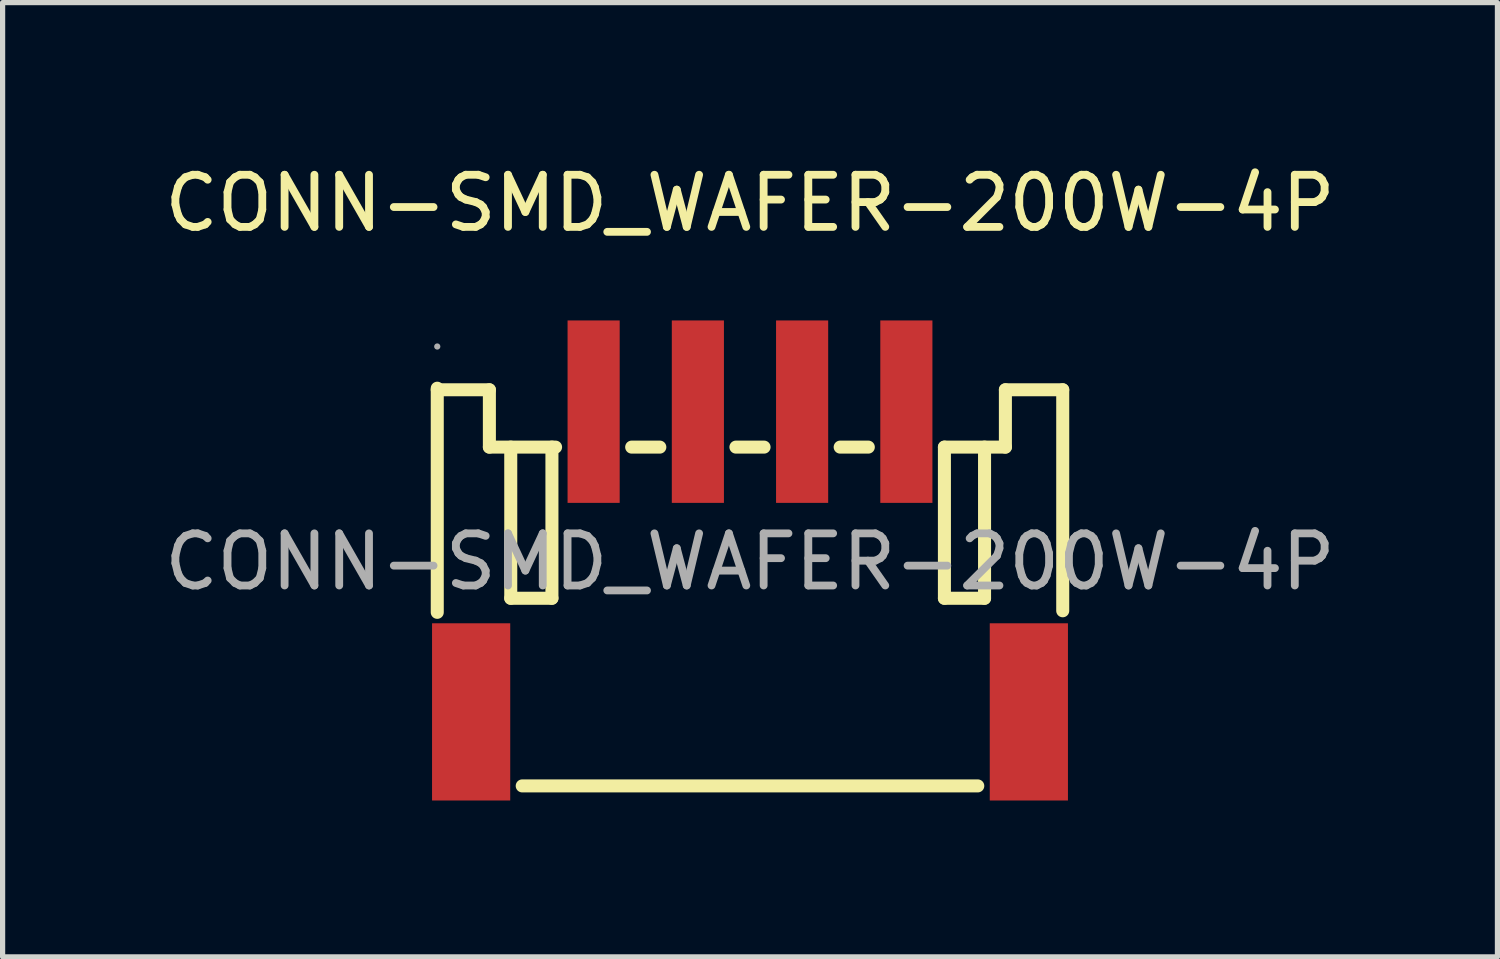
<source format=kicad_pcb>
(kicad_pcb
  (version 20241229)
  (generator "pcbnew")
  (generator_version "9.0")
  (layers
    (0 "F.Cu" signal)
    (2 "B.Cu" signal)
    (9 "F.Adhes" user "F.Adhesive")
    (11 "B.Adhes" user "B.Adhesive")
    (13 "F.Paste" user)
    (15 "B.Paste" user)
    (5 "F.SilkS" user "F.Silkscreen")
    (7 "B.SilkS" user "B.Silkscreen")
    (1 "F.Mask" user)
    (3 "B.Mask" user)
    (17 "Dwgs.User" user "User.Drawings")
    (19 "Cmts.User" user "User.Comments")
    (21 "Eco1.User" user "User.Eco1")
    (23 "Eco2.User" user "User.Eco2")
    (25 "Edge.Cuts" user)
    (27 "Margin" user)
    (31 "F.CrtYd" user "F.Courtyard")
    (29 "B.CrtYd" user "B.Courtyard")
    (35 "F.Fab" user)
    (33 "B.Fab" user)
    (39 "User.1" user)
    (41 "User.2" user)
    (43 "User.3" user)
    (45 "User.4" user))
  (footprint "CONN-SMD_WAFER-200W-4P"
    (layer "F.Cu")
    (at 11.339 7.728)
    (property "Reference" "CONN-SMD_WAFER-200W-4P" (at 0 -6.88 0) (layer "F.SilkS") (effects (font (size 1 1) (thickness 0.15))))
    (attr smd)
    (fp_line (start -6 -3.33) (end -6 0.97) (stroke (width 0.25) (type solid)) (layer "F.SilkS"))
    (fp_line (start -6 -3.3) (end -5 -3.3) (stroke (width 0.25) (type solid)) (layer "F.SilkS"))
    (fp_line (start -5 -3.3) (end -5 -2.2) (stroke (width 0.25) (type solid)) (layer "F.SilkS"))
    (fp_line (start -5 -2.2) (end -3.73 -2.2) (stroke (width 0.25) (type solid)) (layer "F.SilkS"))
    (fp_line (start -4.59 -2.2) (end -4.59 0.7) (stroke (width 0.25) (type solid)) (layer "F.SilkS"))
    (fp_line (start -4.59 0.7) (end -3.8 0.7) (stroke (width 0.25) (type solid)) (layer "F.SilkS"))
    (fp_line (start -4.37 4.3) (end 4.37 4.3) (stroke (width 0.25) (type solid)) (layer "F.SilkS"))
    (fp_line (start -3.8 0.7) (end -3.8 -2.2) (stroke (width 0.25) (type solid)) (layer "F.SilkS"))
    (fp_line (start -2.27 -2.2) (end -1.73 -2.2) (stroke (width 0.25) (type solid)) (layer "F.SilkS"))
    (fp_line (start -0.27 -2.2) (end 0.27 -2.2) (stroke (width 0.25) (type solid)) (layer "F.SilkS"))
    (fp_line (start 1.73 -2.2) (end 2.27 -2.2) (stroke (width 0.25) (type solid)) (layer "F.SilkS"))
    (fp_line (start 3.73 -2.2) (end 3.73 0.7) (stroke (width 0.25) (type solid)) (layer "F.SilkS"))
    (fp_line (start 3.73 -2.2) (end 4.9 -2.2) (stroke (width 0.25) (type solid)) (layer "F.SilkS"))
    (fp_line (start 3.73 0.7) (end 4.5 0.7) (stroke (width 0.25) (type solid)) (layer "F.SilkS"))
    (fp_line (start 4.5 0.7) (end 4.5 -2.2) (stroke (width 0.25) (type solid)) (layer "F.SilkS"))
    (fp_line (start 4.9 -3.3) (end 6 -3.3) (stroke (width 0.25) (type solid)) (layer "F.SilkS"))
    (fp_line (start 4.9 -2.2) (end 4.9 -3.3) (stroke (width 0.25) (type solid)) (layer "F.SilkS"))
    (fp_line (start 6 -3.3) (end 6 0.94) (stroke (width 0.25) (type solid)) (layer "F.SilkS"))
    (fp_circle (center -6 -4.13) (end -5.97 -4.13) (stroke (width 0.06) (type solid)) (fill no) (layer "F.Fab"))
    (fp_text user "${REFERENCE}" (at 0 0 0) (layer "F.Fab") (effects (font (size 1 1) (thickness 0.15))))
    (pad "1" smd rect (at -3 -2.88) (size 1 3.5) (layers "F.Cu" "F.Mask" "F.Paste"))
    (pad "2" smd rect (at -1 -2.88) (size 1 3.5) (layers "F.Cu" "F.Mask" "F.Paste"))
    (pad "3" smd rect (at 1 -2.88) (size 1 3.5) (layers "F.Cu" "F.Mask" "F.Paste"))
    (pad "4" smd rect (at 3 -2.88) (size 1 3.5) (layers "F.Cu" "F.Mask" "F.Paste"))
    (pad "5" smd rect (at -5.35 2.88) (size 1.5 3.4) (layers "F.Cu" "F.Mask" "F.Paste"))
    (pad "6" smd rect (at 5.35 2.88) (size 1.5 3.4) (layers "F.Cu" "F.Mask" "F.Paste")))
  (gr_rect
    (start -3 -3)
    (end 25.679 15.308)
    (stroke (width 0.1) (type default))
    (fill no)
    (layer "Edge.Cuts")))
</source>
